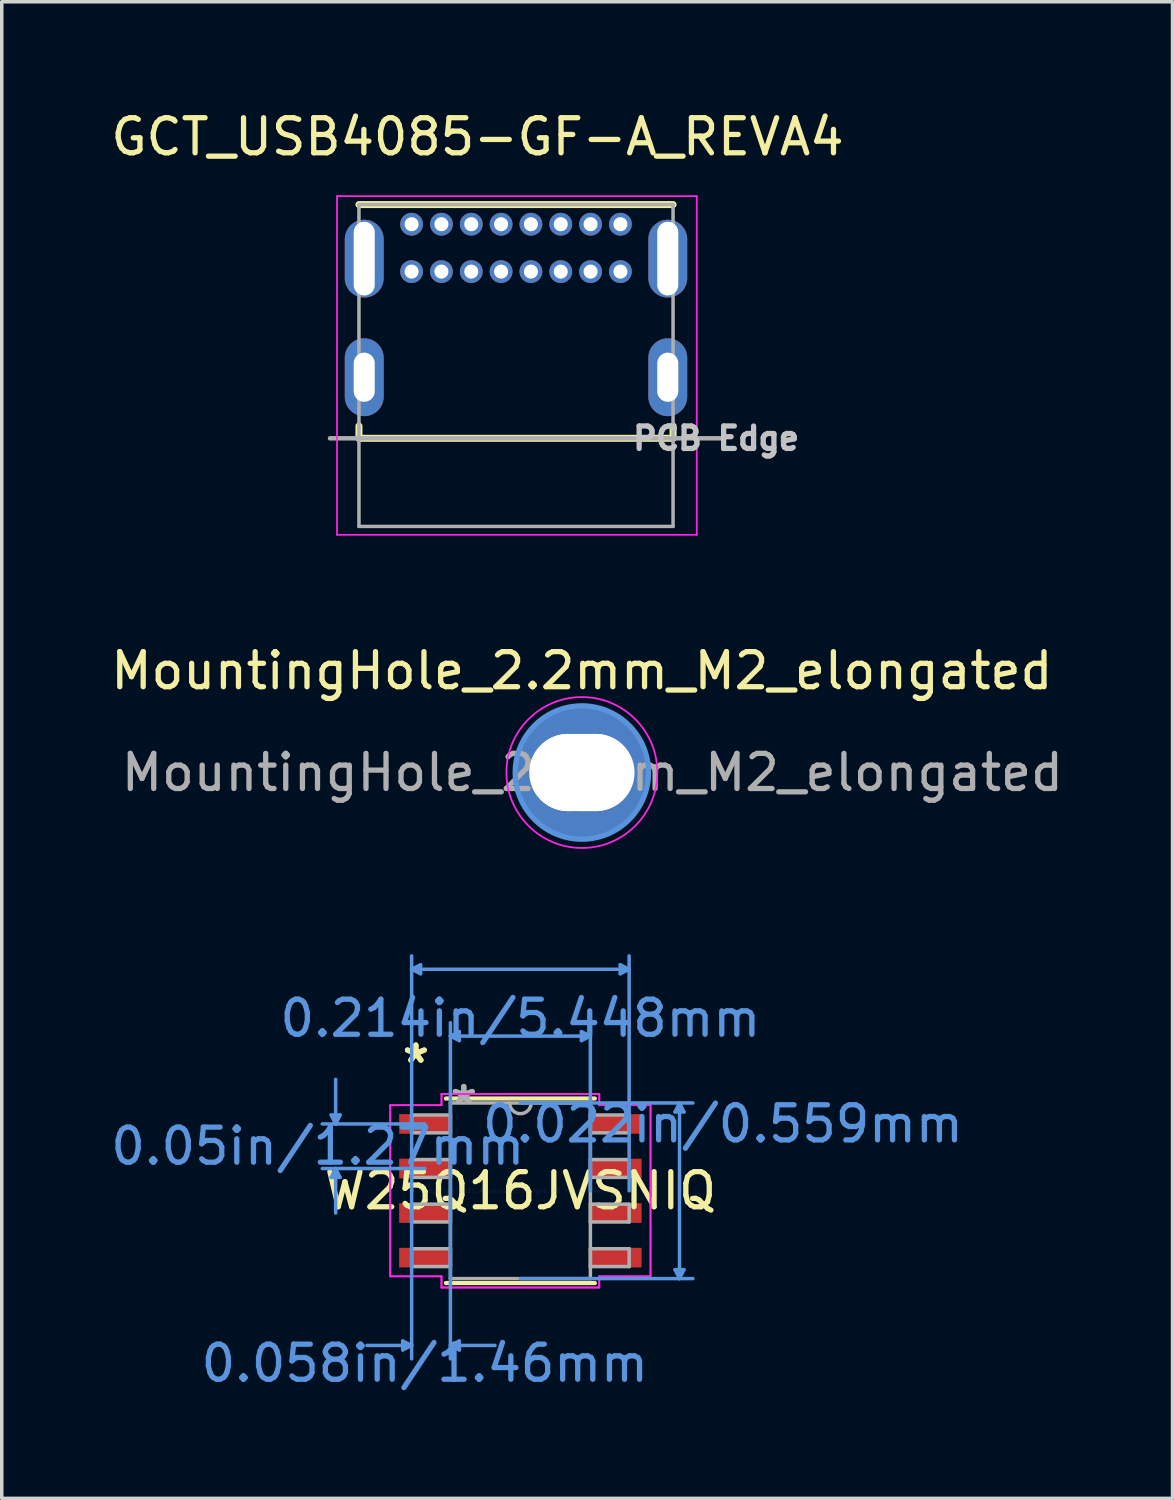
<source format=kicad_pcb>
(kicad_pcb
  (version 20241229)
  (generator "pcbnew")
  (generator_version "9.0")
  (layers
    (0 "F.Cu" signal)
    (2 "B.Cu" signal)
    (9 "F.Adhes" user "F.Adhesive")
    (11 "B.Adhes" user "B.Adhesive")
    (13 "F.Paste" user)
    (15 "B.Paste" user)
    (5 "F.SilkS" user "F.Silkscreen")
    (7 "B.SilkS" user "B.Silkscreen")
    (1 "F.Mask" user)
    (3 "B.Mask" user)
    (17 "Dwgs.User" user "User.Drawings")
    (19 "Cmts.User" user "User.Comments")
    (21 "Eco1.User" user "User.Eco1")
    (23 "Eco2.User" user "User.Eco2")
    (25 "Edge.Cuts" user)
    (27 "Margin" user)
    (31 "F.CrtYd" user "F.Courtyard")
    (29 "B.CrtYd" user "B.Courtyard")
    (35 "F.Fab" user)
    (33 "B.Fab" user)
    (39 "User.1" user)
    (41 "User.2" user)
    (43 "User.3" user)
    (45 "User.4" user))
  (footprint "W25Q16JVSNIQ"
    (layer "F.Cu")
    (at 11.778 30.88)
    (property "Reference" "W25Q16JVSNIQ" (at 0 0 0) (layer "F.SilkS") (effects (font (size 1 1) (thickness 0.15))))
    (attr through_hole)
    (fp_line (start -2.121 2.629) (end 2.121 2.629) (stroke (width 0.12) (type solid)) (layer "F.SilkS"))
    (fp_line (start 2.121 -2.629) (end -2.121 -2.629) (stroke (width 0.12) (type solid)) (layer "F.SilkS"))
    (fp_line (start -5.391 -2.159) (end -5.137 -2.159) (stroke (width 0.1) (type solid)) (layer "Cmts.User"))
    (fp_line (start -5.391 -0.381) (end -5.137 -0.381) (stroke (width 0.1) (type solid)) (layer "Cmts.User"))
    (fp_line (start -5.264 -1.905) (end -5.391 -2.159) (stroke (width 0.1) (type solid)) (layer "Cmts.User"))
    (fp_line (start -5.264 -1.905) (end -5.264 -3.175) (stroke (width 0.1) (type solid)) (layer "Cmts.User"))
    (fp_line (start -5.264 -1.905) (end -5.137 -2.159) (stroke (width 0.1) (type solid)) (layer "Cmts.User"))
    (fp_line (start -5.264 -0.635) (end -5.391 -0.381) (stroke (width 0.1) (type solid)) (layer "Cmts.User"))
    (fp_line (start -5.264 -0.635) (end -5.264 0.635) (stroke (width 0.1) (type solid)) (layer "Cmts.User"))
    (fp_line (start -5.264 -0.635) (end -5.137 -0.381) (stroke (width 0.1) (type solid)) (layer "Cmts.User"))
    (fp_line (start -3.353 4.28) (end -3.353 4.534) (stroke (width 0.1) (type solid)) (layer "Cmts.User"))
    (fp_line (start -3.099 -6.312) (end -2.845 -6.439) (stroke (width 0.1) (type solid)) (layer "Cmts.User"))
    (fp_line (start -3.099 -6.312) (end -2.845 -6.185) (stroke (width 0.1) (type solid)) (layer "Cmts.User"))
    (fp_line (start -3.099 -6.312) (end 3.099 -6.312) (stroke (width 0.1) (type solid)) (layer "Cmts.User"))
    (fp_line (start -3.099 0) (end -3.099 -6.693) (stroke (width 0.1) (type solid)) (layer "Cmts.User"))
    (fp_line (start -3.099 0) (end -3.099 4.788) (stroke (width 0.1) (type solid)) (layer "Cmts.User"))
    (fp_line (start -3.099 4.407) (end -4.369 4.407) (stroke (width 0.1) (type solid)) (layer "Cmts.User"))
    (fp_line (start -3.099 4.407) (end -3.353 4.28) (stroke (width 0.1) (type solid)) (layer "Cmts.User"))
    (fp_line (start -3.099 4.407) (end -3.353 4.534) (stroke (width 0.1) (type solid)) (layer "Cmts.User"))
    (fp_line (start -2.845 -6.439) (end -2.845 -6.185) (stroke (width 0.1) (type solid)) (layer "Cmts.User"))
    (fp_line (start -2.724 -1.905) (end -5.645 -1.905) (stroke (width 0.1) (type solid)) (layer "Cmts.User"))
    (fp_line (start -2.724 -0.635) (end -5.645 -0.635) (stroke (width 0.1) (type solid)) (layer "Cmts.User"))
    (fp_line (start -1.994 -4.407) (end -1.74 -4.534) (stroke (width 0.1) (type solid)) (layer "Cmts.User"))
    (fp_line (start -1.994 -4.407) (end -1.74 -4.28) (stroke (width 0.1) (type solid)) (layer "Cmts.User"))
    (fp_line (start -1.994 -4.407) (end 1.994 -4.407) (stroke (width 0.1) (type solid)) (layer "Cmts.User"))
    (fp_line (start -1.994 0) (end -1.994 -4.788) (stroke (width 0.1) (type solid)) (layer "Cmts.User"))
    (fp_line (start -1.994 0) (end -1.994 4.788) (stroke (width 0.1) (type solid)) (layer "Cmts.User"))
    (fp_line (start -1.994 4.407) (end -1.74 4.28) (stroke (width 0.1) (type solid)) (layer "Cmts.User"))
    (fp_line (start -1.994 4.407) (end -1.74 4.534) (stroke (width 0.1) (type solid)) (layer "Cmts.User"))
    (fp_line (start -1.994 4.407) (end -0.724 4.407) (stroke (width 0.1) (type solid)) (layer "Cmts.User"))
    (fp_line (start -1.74 -4.534) (end -1.74 -4.28) (stroke (width 0.1) (type solid)) (layer "Cmts.User"))
    (fp_line (start -1.74 4.28) (end -1.74 4.534) (stroke (width 0.1) (type solid)) (layer "Cmts.User"))
    (fp_line (start 0 -2.502) (end 4.915 -2.502) (stroke (width 0.1) (type solid)) (layer "Cmts.User"))
    (fp_line (start 0 2.502) (end 4.915 2.502) (stroke (width 0.1) (type solid)) (layer "Cmts.User"))
    (fp_line (start 1.74 -4.534) (end 1.74 -4.28) (stroke (width 0.1) (type solid)) (layer "Cmts.User"))
    (fp_line (start 1.994 -4.407) (end 1.74 -4.534) (stroke (width 0.1) (type solid)) (layer "Cmts.User"))
    (fp_line (start 1.994 -4.407) (end 1.74 -4.28) (stroke (width 0.1) (type solid)) (layer "Cmts.User"))
    (fp_line (start 1.994 0) (end 1.994 -4.788) (stroke (width 0.1) (type solid)) (layer "Cmts.User"))
    (fp_line (start 2.845 -6.439) (end 2.845 -6.185) (stroke (width 0.1) (type solid)) (layer "Cmts.User"))
    (fp_line (start 3.099 -6.312) (end 2.845 -6.439) (stroke (width 0.1) (type solid)) (layer "Cmts.User"))
    (fp_line (start 3.099 -6.312) (end 2.845 -6.185) (stroke (width 0.1) (type solid)) (layer "Cmts.User"))
    (fp_line (start 3.099 0) (end 3.099 -6.693) (stroke (width 0.1) (type solid)) (layer "Cmts.User"))
    (fp_line (start 4.407 -2.248) (end 4.661 -2.248) (stroke (width 0.1) (type solid)) (layer "Cmts.User"))
    (fp_line (start 4.407 2.248) (end 4.661 2.248) (stroke (width 0.1) (type solid)) (layer "Cmts.User"))
    (fp_line (start 4.534 -2.502) (end 4.407 -2.248) (stroke (width 0.1) (type solid)) (layer "Cmts.User"))
    (fp_line (start 4.534 -2.502) (end 4.534 2.502) (stroke (width 0.1) (type solid)) (layer "Cmts.User"))
    (fp_line (start 4.534 -2.502) (end 4.661 -2.248) (stroke (width 0.1) (type solid)) (layer "Cmts.User"))
    (fp_line (start 4.534 2.502) (end 4.407 2.248) (stroke (width 0.1) (type solid)) (layer "Cmts.User"))
    (fp_line (start 4.534 2.502) (end 4.661 2.248) (stroke (width 0.1) (type solid)) (layer "Cmts.User"))
    (fp_line (start -3.708 -2.438) (end -2.248 -2.438) (stroke (width 0.05) (type solid)) (layer "F.CrtYd"))
    (fp_line (start -3.708 -2.438) (end -2.248 -2.438) (stroke (width 0.05) (type solid)) (layer "F.CrtYd"))
    (fp_line (start -3.708 2.438) (end -3.708 -2.438) (stroke (width 0.05) (type solid)) (layer "F.CrtYd"))
    (fp_line (start -3.708 2.438) (end -3.708 -2.438) (stroke (width 0.05) (type solid)) (layer "F.CrtYd"))
    (fp_line (start -3.708 2.438) (end -2.248 2.438) (stroke (width 0.05) (type solid)) (layer "F.CrtYd"))
    (fp_line (start -2.248 -2.756) (end 2.248 -2.756) (stroke (width 0.05) (type solid)) (layer "F.CrtYd"))
    (fp_line (start -2.248 -2.756) (end 2.248 -2.756) (stroke (width 0.05) (type solid)) (layer "F.CrtYd"))
    (fp_line (start -2.248 -2.438) (end -2.248 -2.756) (stroke (width 0.05) (type solid)) (layer "F.CrtYd"))
    (fp_line (start -2.248 -2.438) (end -2.248 -2.756) (stroke (width 0.05) (type solid)) (layer "F.CrtYd"))
    (fp_line (start -2.248 2.438) (end -3.708 2.438) (stroke (width 0.05) (type solid)) (layer "F.CrtYd"))
    (fp_line (start -2.248 2.756) (end -2.248 2.438) (stroke (width 0.05) (type solid)) (layer "F.CrtYd"))
    (fp_line (start -2.248 2.756) (end -2.248 2.438) (stroke (width 0.05) (type solid)) (layer "F.CrtYd"))
    (fp_line (start 2.248 -2.756) (end 2.248 -2.438) (stroke (width 0.05) (type solid)) (layer "F.CrtYd"))
    (fp_line (start 2.248 -2.756) (end 2.248 -2.438) (stroke (width 0.05) (type solid)) (layer "F.CrtYd"))
    (fp_line (start 2.248 -2.438) (end 3.708 -2.438) (stroke (width 0.05) (type solid)) (layer "F.CrtYd"))
    (fp_line (start 2.248 2.438) (end 2.248 2.756) (stroke (width 0.05) (type solid)) (layer "F.CrtYd"))
    (fp_line (start 2.248 2.438) (end 2.248 2.756) (stroke (width 0.05) (type solid)) (layer "F.CrtYd"))
    (fp_line (start 2.248 2.756) (end -2.248 2.756) (stroke (width 0.05) (type solid)) (layer "F.CrtYd"))
    (fp_line (start 2.248 2.756) (end -2.248 2.756) (stroke (width 0.05) (type solid)) (layer "F.CrtYd"))
    (fp_line (start 3.708 -2.438) (end 2.248 -2.438) (stroke (width 0.05) (type solid)) (layer "F.CrtYd"))
    (fp_line (start 3.708 -2.438) (end 3.708 2.438) (stroke (width 0.05) (type solid)) (layer "F.CrtYd"))
    (fp_line (start 3.708 -2.438) (end 3.708 2.438) (stroke (width 0.05) (type solid)) (layer "F.CrtYd"))
    (fp_line (start 3.708 2.438) (end 2.248 2.438) (stroke (width 0.05) (type solid)) (layer "F.CrtYd"))
    (fp_line (start 3.708 2.438) (end 2.248 2.438) (stroke (width 0.05) (type solid)) (layer "F.CrtYd"))
    (fp_line (start -3.099 -2.159) (end -3.099 -1.651) (stroke (width 0.1) (type solid)) (layer "F.Fab"))
    (fp_line (start -3.099 -1.651) (end -1.994 -1.651) (stroke (width 0.1) (type solid)) (layer "F.Fab"))
    (fp_line (start -3.099 -0.889) (end -3.099 -0.381) (stroke (width 0.1) (type solid)) (layer "F.Fab"))
    (fp_line (start -3.099 -0.381) (end -1.994 -0.381) (stroke (width 0.1) (type solid)) (layer "F.Fab"))
    (fp_line (start -3.099 0.381) (end -3.099 0.889) (stroke (width 0.1) (type solid)) (layer "F.Fab"))
    (fp_line (start -3.099 0.889) (end -1.994 0.889) (stroke (width 0.1) (type solid)) (layer "F.Fab"))
    (fp_line (start -3.099 1.651) (end -3.099 2.159) (stroke (width 0.1) (type solid)) (layer "F.Fab"))
    (fp_line (start -3.099 2.159) (end -1.994 2.159) (stroke (width 0.1) (type solid)) (layer "F.Fab"))
    (fp_line (start -1.994 -2.502) (end -1.994 2.502) (stroke (width 0.1) (type solid)) (layer "F.Fab"))
    (fp_line (start -1.994 -2.159) (end -3.099 -2.159) (stroke (width 0.1) (type solid)) (layer "F.Fab"))
    (fp_line (start -1.994 -1.651) (end -1.994 -2.159) (stroke (width 0.1) (type solid)) (layer "F.Fab"))
    (fp_line (start -1.994 -0.889) (end -3.099 -0.889) (stroke (width 0.1) (type solid)) (layer "F.Fab"))
    (fp_line (start -1.994 -0.381) (end -1.994 -0.889) (stroke (width 0.1) (type solid)) (layer "F.Fab"))
    (fp_line (start -1.994 0.381) (end -3.099 0.381) (stroke (width 0.1) (type solid)) (layer "F.Fab"))
    (fp_line (start -1.994 0.889) (end -1.994 0.381) (stroke (width 0.1) (type solid)) (layer "F.Fab"))
    (fp_line (start -1.994 1.651) (end -3.099 1.651) (stroke (width 0.1) (type solid)) (layer "F.Fab"))
    (fp_line (start -1.994 2.159) (end -1.994 1.651) (stroke (width 0.1) (type solid)) (layer "F.Fab"))
    (fp_line (start -1.994 2.502) (end 1.994 2.502) (stroke (width 0.1) (type solid)) (layer "F.Fab"))
    (fp_line (start 1.994 -2.502) (end -1.994 -2.502) (stroke (width 0.1) (type solid)) (layer "F.Fab"))
    (fp_line (start 1.994 -2.159) (end 1.994 -1.651) (stroke (width 0.1) (type solid)) (layer "F.Fab"))
    (fp_line (start 1.994 -1.651) (end 3.099 -1.651) (stroke (width 0.1) (type solid)) (layer "F.Fab"))
    (fp_line (start 1.994 -0.889) (end 1.994 -0.381) (stroke (width 0.1) (type solid)) (layer "F.Fab"))
    (fp_line (start 1.994 -0.381) (end 3.099 -0.381) (stroke (width 0.1) (type solid)) (layer "F.Fab"))
    (fp_line (start 1.994 0.381) (end 1.994 0.889) (stroke (width 0.1) (type solid)) (layer "F.Fab"))
    (fp_line (start 1.994 0.889) (end 3.099 0.889) (stroke (width 0.1) (type solid)) (layer "F.Fab"))
    (fp_line (start 1.994 1.651) (end 1.994 2.159) (stroke (width 0.1) (type solid)) (layer "F.Fab"))
    (fp_line (start 1.994 2.159) (end 3.099 2.159) (stroke (width 0.1) (type solid)) (layer "F.Fab"))
    (fp_line (start 1.994 2.502) (end 1.994 -2.502) (stroke (width 0.1) (type solid)) (layer "F.Fab"))
    (fp_line (start 3.099 -2.159) (end 1.994 -2.159) (stroke (width 0.1) (type solid)) (layer "F.Fab"))
    (fp_line (start 3.099 -1.651) (end 3.099 -2.159) (stroke (width 0.1) (type solid)) (layer "F.Fab"))
    (fp_line (start 3.099 -0.889) (end 1.994 -0.889) (stroke (width 0.1) (type solid)) (layer "F.Fab"))
    (fp_line (start 3.099 -0.381) (end 3.099 -0.889) (stroke (width 0.1) (type solid)) (layer "F.Fab"))
    (fp_line (start 3.099 0.381) (end 1.994 0.381) (stroke (width 0.1) (type solid)) (layer "F.Fab"))
    (fp_line (start 3.099 0.889) (end 3.099 0.381) (stroke (width 0.1) (type solid)) (layer "F.Fab"))
    (fp_line (start 3.099 1.651) (end 1.994 1.651) (stroke (width 0.1) (type solid)) (layer "F.Fab"))
    (fp_line (start 3.099 2.159) (end 3.099 1.651) (stroke (width 0.1) (type solid)) (layer "F.Fab"))
    (fp_arc (start 0.3048 -2.5019) (mid 0 -2.1971) (end -0.3048 -2.5019) (stroke (width 0.1) (type solid)) (layer "F.Fab"))
    (fp_text user "*" (at -2.978 -3.607 0) (layer "F.SilkS") (effects (font (size 1 1) (thickness 0.15))))
    (fp_text user "*" (at -2.978 -3.607 0) (layer "F.SilkS") (effects (font (size 1 1) (thickness 0.15))))
    (fp_text user "0.022in/0.559mm" (at 5.772 -1.905 0) (layer "Cmts.User") (effects (font (size 1 1) (thickness 0.15))))
    (fp_text user "0.058in/1.46mm" (at -2.724 4.915 0) (layer "Cmts.User") (effects (font (size 1 1) (thickness 0.15))))
    (fp_text user "0.05in/1.27mm" (at -5.772 -1.27 0) (layer "Cmts.User") (effects (font (size 1 1) (thickness 0.15))))
    (fp_text user "0.214in/5.448mm" (at 0 -4.915 0) (layer "Cmts.User") (effects (font (size 1 1) (thickness 0.15))))
    (fp_text user "Copyright 2021 Accelerated Designs. All rights reserved." (at 0 0 0) (layer "Cmts.User") (effects (font (size 0.127 0.127) (thickness 0.002))))
    (fp_text user "*" (at -1.613 -2.426 0) (layer "F.Fab") (effects (font (size 1 1) (thickness 0.15))))
    (fp_text user "*" (at -1.613 -2.426 0) (layer "F.Fab") (effects (font (size 1 1) (thickness 0.15))))
    (pad "1" smd rect (at -2.724 -1.905) (size 1.46 0.559) (layers "F.Cu" "F.Mask" "F.Paste"))
    (pad "2" smd rect (at -2.724 -0.635) (size 1.46 0.559) (layers "F.Cu" "F.Mask" "F.Paste"))
    (pad "3" smd rect (at -2.724 0.635) (size 1.46 0.559) (layers "F.Cu" "F.Mask" "F.Paste"))
    (pad "4" smd rect (at -2.724 1.905) (size 1.46 0.559) (layers "F.Cu" "F.Mask" "F.Paste"))
    (pad "5" smd rect (at 2.724 1.905) (size 1.46 0.559) (layers "F.Cu" "F.Mask" "F.Paste"))
    (pad "6" smd rect (at 2.724 0.635) (size 1.46 0.559) (layers "F.Cu" "F.Mask" "F.Paste"))
    (pad "7" smd rect (at 2.724 -0.635) (size 1.46 0.559) (layers "F.Cu" "F.Mask" "F.Paste"))
    (pad "8" smd rect (at 2.724 -1.905) (size 1.46 0.559) (layers "F.Cu" "F.Mask" "F.Paste")))
  (footprint "MountingHole_2.2mm_M2_elongated"
    (layer "F.Cu")
    (at 13.53 18.962)
    (property "Reference" "MountingHole_2.2mm_M2_elongated" (at 0 -2.9 0) (layer "F.SilkS") (effects (font (size 1 1) (thickness 0.15))))
    (attr exclude_from_pos_files exclude_from_bom)
    (fp_circle (center 0 0) (end 1.9 0) (stroke (width 0.15) (type solid)) (fill no) (layer "Cmts.User"))
    (fp_circle (center 0 0) (end 2.15 0) (stroke (width 0.05) (type solid)) (fill no) (layer "F.CrtYd"))
    (fp_text user "${REFERENCE}" (at 0.3 0 0) (layer "F.Fab") (effects (font (size 1 1) (thickness 0.15))))
    (pad "" np_thru_hole circle (at -0.382 0) (size 2.2 2.2) (drill 2.2) (layers "*.Cu" "*.Mask"))
    (pad "" np_thru_hole circle (at 0 0) (size 2.2 2.2) (drill 2.2) (layers "*.Cu" "*.Mask"))
    (pad "" np_thru_hole circle (at 0.376 0) (size 2.2 2.2) (drill 2.2) (layers "*.Cu" "*.Mask"))
    (pad "1" thru_hole circle (at 0 0) (size 3.8 3.8) (drill oval 3 2.2) (layers "*.Cu" "*.Mask")))
  (footprint "GCT_USB4085-GF-A_REVA4"
    (layer "F.Cu")
    (at 11.653 7.364)
    (property "Reference" "GCT_USB4085-GF-A_REVA4" (at -1.097 -6.515 0) (layer "F.SilkS") (effects (font (size 1 1) (thickness 0.15))))
    (attr through_hole)
    (fp_line (start -4.475 -4.585) (end 4.475 -4.585) (stroke (width 0.2) (type solid)) (layer "F.SilkS"))
    (fp_line (start -4.475 1.725) (end -4.475 2.075) (stroke (width 0.2) (type solid)) (layer "F.SilkS"))
    (fp_line (start -4.475 2.075) (end 4.475 2.075) (stroke (width 0.2) (type solid)) (layer "F.SilkS"))
    (fp_line (start 4.475 2.075) (end 4.475 1.725) (stroke (width 0.2) (type solid)) (layer "F.SilkS"))
    (fp_line (start -5.1 -4.825) (end 5.15 -4.825) (stroke (width 0.05) (type solid)) (layer "F.CrtYd"))
    (fp_line (start -5.1 4.825) (end -5.1 -4.825) (stroke (width 0.05) (type solid)) (layer "F.CrtYd"))
    (fp_line (start 5.15 -4.825) (end 5.15 4.825) (stroke (width 0.05) (type solid)) (layer "F.CrtYd"))
    (fp_line (start 5.15 4.825) (end -5.1 4.825) (stroke (width 0.05) (type solid)) (layer "F.CrtYd"))
    (fp_line (start -5.3 2.075) (end 5.9 2.075) (stroke (width 0.127) (type solid)) (layer "F.Fab"))
    (fp_line (start -4.475 -4.585) (end 4.475 -4.585) (stroke (width 0.1) (type solid)) (layer "F.Fab"))
    (fp_line (start -4.475 4.585) (end -4.475 -4.585) (stroke (width 0.1) (type solid)) (layer "F.Fab"))
    (fp_line (start 4.475 -4.585) (end 4.475 4.585) (stroke (width 0.1) (type solid)) (layer "F.Fab"))
    (fp_line (start 4.475 4.585) (end -4.475 4.585) (stroke (width 0.1) (type solid)) (layer "F.Fab"))
    (fp_text user "PCB Edge" (at 5.703 2.076 0) (layer "Dwgs.User") (effects (font (size 0.64 0.64) (thickness 0.15))))
    (pad "A1" thru_hole circle (at -2.975 -4.025) (size 0.65 0.65) (drill 0.4) (layers "*.Cu" "*.Mask"))
    (pad "A4" thru_hole circle (at -2.125 -4.025) (size 0.65 0.65) (drill 0.4) (layers "*.Cu" "*.Mask"))
    (pad "A5" thru_hole circle (at -1.275 -4.025) (size 0.65 0.65) (drill 0.4) (layers "*.Cu" "*.Mask"))
    (pad "A6" thru_hole circle (at -0.425 -4.025) (size 0.65 0.65) (drill 0.4) (layers "*.Cu" "*.Mask"))
    (pad "A7" thru_hole circle (at 0.425 -4.025) (size 0.65 0.65) (drill 0.4) (layers "*.Cu" "*.Mask"))
    (pad "A8" thru_hole circle (at 1.275 -4.025) (size 0.65 0.65) (drill 0.4) (layers "*.Cu" "*.Mask"))
    (pad "A9" thru_hole circle (at 2.125 -4.025) (size 0.65 0.65) (drill 0.4) (layers "*.Cu" "*.Mask"))
    (pad "A12" thru_hole circle (at 2.975 -4.025) (size 0.65 0.65) (drill 0.4) (layers "*.Cu" "*.Mask"))
    (pad "B1" thru_hole circle (at 2.975 -2.675) (size 0.65 0.65) (drill 0.4) (layers "*.Cu" "*.Mask"))
    (pad "B4" thru_hole circle (at 2.125 -2.675) (size 0.65 0.65) (drill 0.4) (layers "*.Cu" "*.Mask"))
    (pad "B5" thru_hole circle (at 1.275 -2.675) (size 0.65 0.65) (drill 0.4) (layers "*.Cu" "*.Mask"))
    (pad "B6" thru_hole circle (at 0.425 -2.675) (size 0.65 0.65) (drill 0.4) (layers "*.Cu" "*.Mask"))
    (pad "B7" thru_hole circle (at -0.425 -2.675) (size 0.65 0.65) (drill 0.4) (layers "*.Cu" "*.Mask"))
    (pad "B8" thru_hole circle (at -1.275 -2.675) (size 0.65 0.65) (drill 0.4) (layers "*.Cu" "*.Mask"))
    (pad "B9" thru_hole circle (at -2.125 -2.675) (size 0.65 0.65) (drill 0.4) (layers "*.Cu" "*.Mask"))
    (pad "B12" thru_hole circle (at -2.975 -2.675) (size 0.65 0.65) (drill 0.4) (layers "*.Cu" "*.Mask"))
    (pad "P1" thru_hole oval (at -4.325 -3.045) (size 1.108 2.216) (drill oval 0.6 2.1) (layers "*.Cu" "*.Mask"))
    (pad "P2" thru_hole oval (at 4.325 -3.045) (size 1.108 2.216) (drill oval 0.6 2.1) (layers "*.Cu" "*.Mask"))
    (pad "P3" thru_hole oval (at 4.325 0.335) (size 1.108 2.216) (drill oval 0.6 1.4) (layers "*.Cu" "*.Mask"))
    (pad "P4" thru_hole oval (at -4.325 0.335) (size 1.108 2.216) (drill oval 0.6 1.4) (layers "*.Cu" "*.Mask")))
  (gr_rect
    (start -3 -3)
    (end 30.36 39.643)
    (stroke (width 0.1) (type default))
    (fill no)
    (layer "Edge.Cuts")))
</source>
